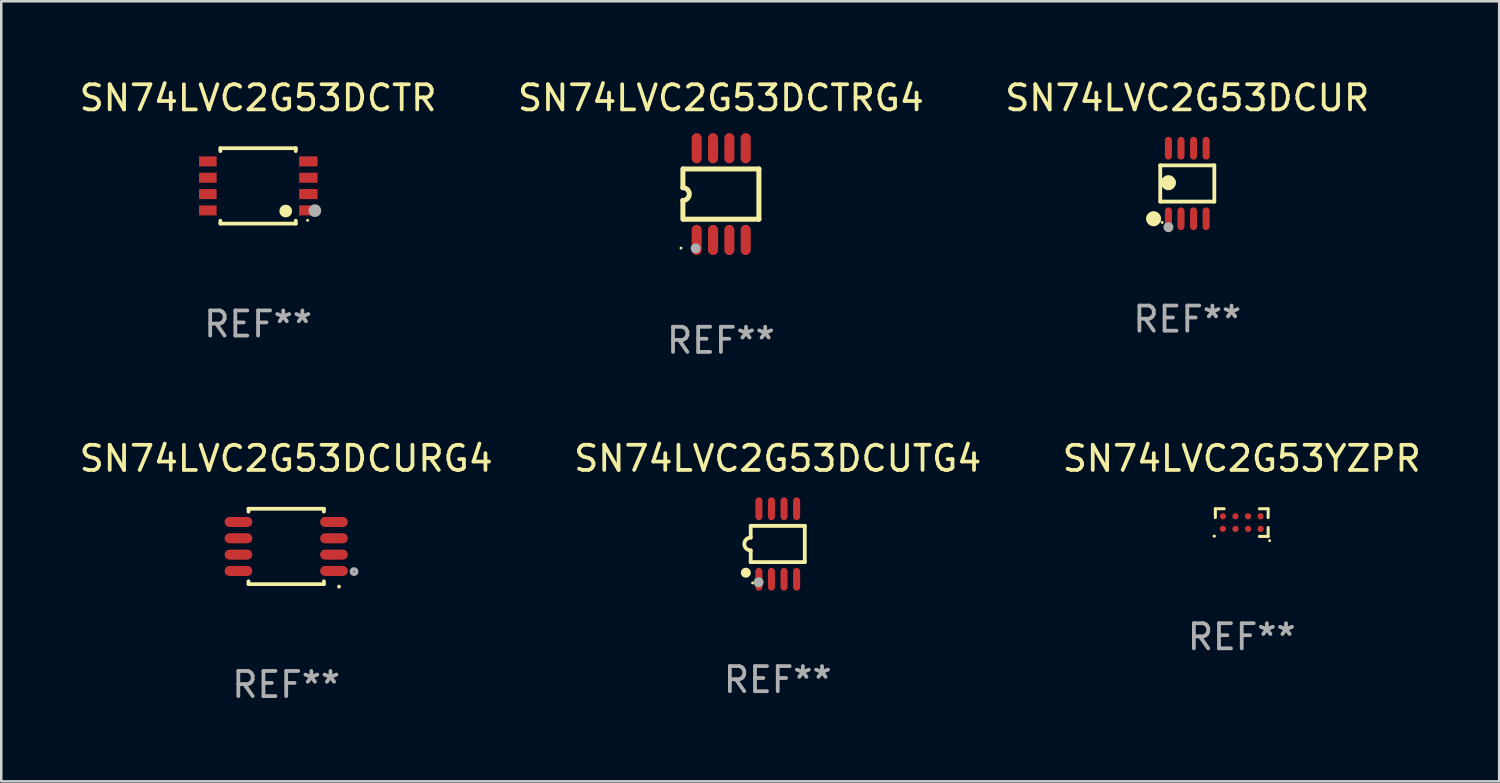
<source format=kicad_pcb>
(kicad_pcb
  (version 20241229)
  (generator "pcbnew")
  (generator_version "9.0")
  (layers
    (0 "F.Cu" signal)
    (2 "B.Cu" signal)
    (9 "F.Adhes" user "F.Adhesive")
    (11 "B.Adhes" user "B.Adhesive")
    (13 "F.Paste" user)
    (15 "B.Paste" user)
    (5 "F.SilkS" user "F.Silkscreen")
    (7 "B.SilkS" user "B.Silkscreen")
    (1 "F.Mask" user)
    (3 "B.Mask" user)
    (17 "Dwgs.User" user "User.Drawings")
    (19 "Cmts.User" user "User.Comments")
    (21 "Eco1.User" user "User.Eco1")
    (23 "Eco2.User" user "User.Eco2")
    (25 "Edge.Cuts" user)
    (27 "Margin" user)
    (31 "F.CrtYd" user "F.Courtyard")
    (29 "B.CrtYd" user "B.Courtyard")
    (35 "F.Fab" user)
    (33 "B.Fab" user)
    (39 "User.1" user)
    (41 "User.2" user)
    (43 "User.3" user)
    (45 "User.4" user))
  (footprint "SN74LVC2G53DCTRG4"
    (layer "F.Cu")
    (at 25.637 4.673)
    (property "Reference" "SN74LVC2G53DCTRG4" (at 0 -3.825 0) (layer "F.SilkS") (effects (font (size 1 1) (thickness 0.15))))
    (attr through_hole)
    (fp_line (start -1.512 -0.254) (end -1.512 -1) (stroke (width 0.2) (type solid)) (layer "F.SilkS"))
    (fp_line (start -1.512 0.254) (end -1.512 1) (stroke (width 0.2) (type solid)) (layer "F.SilkS"))
    (fp_line (start -1.488 -1) (end 1.512 -1) (stroke (width 0.2) (type solid)) (layer "F.SilkS"))
    (fp_line (start 1.512 -1) (end 1.512 1) (stroke (width 0.2) (type solid)) (layer "F.SilkS"))
    (fp_line (start 1.512 1) (end -1.488 1) (stroke (width 0.2) (type solid)) (layer "F.SilkS"))
    (fp_arc (start -1.512002 -0.254001) (mid -1.258001 0) (end -1.512002 0.254001) (stroke (width 0.2) (type solid)) (layer "F.SilkS"))
    (fp_circle (center -1.588 2.15) (end -1.558 2.15) (stroke (width 0.06) (type solid)) (fill no) (layer "F.SilkS"))
    (fp_circle (center -1.004 2.159) (end -0.904 2.159) (stroke (width 0.2) (type solid)) (fill no) (layer "F.Fab"))
    (fp_text user "REF**" (at 0 5.825 0) (layer "F.Fab") (effects (font (size 1 1) (thickness 0.15))))
    (pad "1" smd oval (at -0.963 1.825 270) (size 1.2 0.4) (layers "F.Cu" "F.Mask" "F.Paste"))
    (pad "2" smd oval (at -0.313 1.825 270) (size 1.2 0.4) (layers "F.Cu" "F.Mask" "F.Paste"))
    (pad "3" smd oval (at 0.337 1.825 270) (size 1.2 0.4) (layers "F.Cu" "F.Mask" "F.Paste"))
    (pad "4" smd oval (at 0.987 1.825 270) (size 1.2 0.4) (layers "F.Cu" "F.Mask" "F.Paste"))
    (pad "5" smd oval (at 0.987 -1.825 270) (size 1.2 0.4) (layers "F.Cu" "F.Mask" "F.Paste"))
    (pad "6" smd oval (at 0.337 -1.825 270) (size 1.2 0.4) (layers "F.Cu" "F.Mask" "F.Paste"))
    (pad "7" smd oval (at -0.313 -1.825 270) (size 1.2 0.4) (layers "F.Cu" "F.Mask" "F.Paste"))
    (pad "8" smd oval (at -0.963 -1.825 270) (size 1.2 0.4) (layers "F.Cu" "F.Mask" "F.Paste")))
  (footprint "SN74LVC2G53YZPR"
    (layer "F.Cu")
    (at 46.363 17.745)
    (property "Reference" "SN74LVC2G53YZPR" (at 0 -2.55 0) (layer "F.SilkS") (effects (font (size 1 1) (thickness 0.15))))
    (attr through_hole)
    (fp_line (start -1.05 -0.55) (end -1.05 -0.199) (stroke (width 0.12) (type solid)) (layer "F.SilkS"))
    (fp_line (start -0.7 -0.55) (end -1.05 -0.55) (stroke (width 0.12) (type solid)) (layer "F.SilkS"))
    (fp_line (start 0.7 0.55) (end 1.05 0.55) (stroke (width 0.12) (type solid)) (layer "F.SilkS"))
    (fp_line (start 1.05 -0.55) (end 0.7 -0.55) (stroke (width 0.12) (type solid)) (layer "F.SilkS"))
    (fp_line (start 1.05 -0.199) (end 1.05 -0.55) (stroke (width 0.12) (type solid)) (layer "F.SilkS"))
    (fp_line (start 1.05 0.55) (end 1.05 0.199) (stroke (width 0.12) (type solid)) (layer "F.SilkS"))
    (fp_arc (start -1.099416 0.539802) (mid -1.094077 0.540089) (end -1.088773 0.540767) (stroke (width 0.11999) (type solid)) (layer "F.SilkS"))
    (fp_circle (center 1.11 0.72) (end 1.14 0.72) (stroke (width 0.06) (type solid)) (fill no) (layer "F.SilkS"))
    (fp_text user "REF**" (at 0 4.55 0) (layer "F.Fab") (effects (font (size 1 1) (thickness 0.15))))
    (pad "A1" smd circle (at -0.749 0.25) (size 0.25 0.25) (layers "F.Cu" "F.Mask" "F.Paste"))
    (pad "A2" smd circle (at -0.749 -0.25) (size 0.25 0.25) (layers "F.Cu" "F.Mask" "F.Paste"))
    (pad "B1" smd circle (at -0.249 0.25) (size 0.25 0.25) (layers "F.Cu" "F.Mask" "F.Paste"))
    (pad "B2" smd circle (at -0.249 -0.25) (size 0.25 0.25) (layers "F.Cu" "F.Mask" "F.Paste"))
    (pad "C1" smd circle (at 0.251 0.25) (size 0.25 0.25) (layers "F.Cu" "F.Mask" "F.Paste"))
    (pad "C2" smd circle (at 0.251 -0.25) (size 0.25 0.25) (layers "F.Cu" "F.Mask" "F.Paste"))
    (pad "D1" smd circle (at 0.751 0.25) (size 0.25 0.25) (layers "F.Cu" "F.Mask" "F.Paste"))
    (pad "D2" smd circle (at 0.751 -0.25) (size 0.25 0.25) (layers "F.Cu" "F.Mask" "F.Paste")))
  (footprint "SN74LVC2G53DCTR"
    (layer "F.Cu")
    (at 7.22 4.348)
    (property "Reference" "SN74LVC2G53DCTR" (at 0 -3.5 0) (layer "F.SilkS") (effects (font (size 1 1) (thickness 0.15))))
    (attr through_hole)
    (fp_line (start -1.5 -1.5) (end 1.5 -1.5) (stroke (width 0.15) (type solid)) (layer "F.SilkS"))
    (fp_line (start -1.5 -1.385) (end -1.5 -1.5) (stroke (width 0.15) (type solid)) (layer "F.SilkS"))
    (fp_line (start -1.5 1.5) (end -1.5 1.385) (stroke (width 0.15) (type solid)) (layer "F.SilkS"))
    (fp_line (start 1.5 -1.5) (end 1.5 -1.385) (stroke (width 0.15) (type solid)) (layer "F.SilkS"))
    (fp_line (start 1.5 1.385) (end 1.5 1.5) (stroke (width 0.15) (type solid)) (layer "F.SilkS"))
    (fp_line (start 1.5 1.5) (end -1.5 1.5) (stroke (width 0.15) (type solid)) (layer "F.SilkS"))
    (fp_circle (center 1.1 1) (end 1.227 1) (stroke (width 0.254) (type solid)) (fill no) (layer "F.SilkS"))
    (fp_circle (center 1.97 1.37) (end 2 1.37) (stroke (width 0.06) (type solid)) (fill no) (layer "F.SilkS"))
    (fp_circle (center 2.26 0.984) (end 2.387 0.984) (stroke (width 0.254) (type solid)) (fill no) (layer "F.Fab"))
    (fp_text user "REF**" (at 0 5.5 0) (layer "F.Fab") (effects (font (size 1 1) (thickness 0.15))))
    (pad "1" smd rect (at 2 0.975) (size 0.73 0.4) (layers "F.Cu" "F.Mask" "F.Paste"))
    (pad "2" smd rect (at 2 0.325) (size 0.73 0.4) (layers "F.Cu" "F.Mask" "F.Paste"))
    (pad "3" smd rect (at 2 -0.325) (size 0.73 0.4) (layers "F.Cu" "F.Mask" "F.Paste"))
    (pad "4" smd rect (at 2 -0.975) (size 0.73 0.4) (layers "F.Cu" "F.Mask" "F.Paste"))
    (pad "5" smd rect (at -2 -0.975) (size 0.7 0.4) (layers "F.Cu" "F.Mask" "F.Paste"))
    (pad "6" smd rect (at -2 -0.325) (size 0.7 0.4) (layers "F.Cu" "F.Mask" "F.Paste"))
    (pad "7" smd rect (at -2 0.325) (size 0.7 0.4) (layers "F.Cu" "F.Mask" "F.Paste"))
    (pad "8" smd rect (at -2 0.975) (size 0.7 0.4) (layers "F.Cu" "F.Mask" "F.Paste")))
  (footprint "SN74LVC2G53DCUR"
    (layer "F.Cu")
    (at 44.196 4.251)
    (property "Reference" "SN74LVC2G53DCUR" (at 0 -3.403 0) (layer "F.SilkS") (effects (font (size 1 1) (thickness 0.15))))
    (attr through_hole)
    (fp_line (start -1.076 -0.721) (end 1.076 -0.721) (stroke (width 0.152) (type solid)) (layer "F.SilkS"))
    (fp_line (start -1.076 0.721) (end -1.076 -0.721) (stroke (width 0.152) (type solid)) (layer "F.SilkS"))
    (fp_line (start 1.076 -0.721) (end 1.076 0.721) (stroke (width 0.152) (type solid)) (layer "F.SilkS"))
    (fp_line (start 1.076 0.721) (end -1.076 0.721) (stroke (width 0.152) (type solid)) (layer "F.SilkS"))
    (fp_circle (center -1.342 1.403) (end -1.192 1.403) (stroke (width 0.3) (type solid)) (fill no) (layer "F.SilkS"))
    (fp_circle (center -1 1.55) (end -0.97 1.55) (stroke (width 0.06) (type solid)) (fill no) (layer "F.SilkS"))
    (fp_circle (center -0.75 -0.031) (end -0.6 -0.031) (stroke (width 0.3) (type solid)) (fill no) (layer "F.SilkS"))
    (fp_circle (center -0.75 1.74) (end -0.65 1.74) (stroke (width 0.2) (type solid)) (fill no) (layer "F.Fab"))
    (fp_text user "REF**" (at 0 5.403 0) (layer "F.Fab") (effects (font (size 1 1) (thickness 0.15))))
    (pad "1" smd oval (at -0.75 1.403) (size 0.28 0.905) (layers "F.Cu" "F.Mask" "F.Paste"))
    (pad "2" smd oval (at -0.25 1.403) (size 0.28 0.905) (layers "F.Cu" "F.Mask" "F.Paste"))
    (pad "3" smd oval (at 0.25 1.403) (size 0.28 0.905) (layers "F.Cu" "F.Mask" "F.Paste"))
    (pad "4" smd oval (at 0.75 1.403) (size 0.28 0.905) (layers "F.Cu" "F.Mask" "F.Paste"))
    (pad "5" smd oval (at 0.75 -1.403) (size 0.28 0.905) (layers "F.Cu" "F.Mask" "F.Paste"))
    (pad "6" smd oval (at 0.25 -1.403) (size 0.28 0.905) (layers "F.Cu" "F.Mask" "F.Paste"))
    (pad "7" smd oval (at -0.25 -1.403) (size 0.28 0.905) (layers "F.Cu" "F.Mask" "F.Paste"))
    (pad "8" smd oval (at -0.75 -1.403) (size 0.28 0.905) (layers "F.Cu" "F.Mask" "F.Paste")))
  (footprint "SN74LVC2G53DCURG4"
    (layer "F.Cu")
    (at 8.339 18.695)
    (property "Reference" "SN74LVC2G53DCURG4" (at 0 -3.5 0) (layer "F.SilkS") (effects (font (size 1 1) (thickness 0.15))))
    (attr through_hole)
    (fp_line (start -1.5 -1.5) (end 1.5 -1.5) (stroke (width 0.15) (type solid)) (layer "F.SilkS"))
    (fp_line (start -1.5 -1.385) (end -1.5 -1.5) (stroke (width 0.15) (type solid)) (layer "F.SilkS"))
    (fp_line (start -1.5 1.5) (end -1.5 1.385) (stroke (width 0.15) (type solid)) (layer "F.SilkS"))
    (fp_line (start 1.5 -1.5) (end 1.5 -1.385) (stroke (width 0.15) (type solid)) (layer "F.SilkS"))
    (fp_line (start 1.5 1.385) (end 1.5 1.5) (stroke (width 0.15) (type solid)) (layer "F.SilkS"))
    (fp_line (start 1.5 1.5) (end -1.5 1.5) (stroke (width 0.15) (type solid)) (layer "F.SilkS"))
    (fp_arc (start 2.100051 1.6) (mid 2.100044 1.59873) (end 2.100051 1.59746) (stroke (width 0.150013) (type solid)) (layer "F.SilkS"))
    (fp_circle (center 1.5 1.5) (end 1.527 1.5) (stroke (width 0.05) (type solid)) (fill no) (layer "F.SilkS"))
    (fp_circle (center 2.7 1) (end 2.8 1) (stroke (width 0.15) (type solid)) (fill no) (layer "F.Fab"))
    (fp_text user "REF**" (at 0 5.5 0) (layer "F.Fab") (effects (font (size 1 1) (thickness 0.15))))
    (pad "1" smd oval (at 1.9 0.975) (size 1.1 0.4) (layers "F.Cu" "F.Mask" "F.Paste"))
    (pad "2" smd oval (at 1.9 0.325) (size 1.1 0.4) (layers "F.Cu" "F.Mask" "F.Paste"))
    (pad "3" smd oval (at 1.9 -0.325) (size 1.1 0.4) (layers "F.Cu" "F.Mask" "F.Paste"))
    (pad "4" smd oval (at 1.9 -0.975) (size 1.1 0.4) (layers "F.Cu" "F.Mask" "F.Paste"))
    (pad "5" smd oval (at -1.9 -0.975) (size 1.1 0.4) (layers "F.Cu" "F.Mask" "F.Paste"))
    (pad "6" smd oval (at -1.9 -0.325) (size 1.1 0.4) (layers "F.Cu" "F.Mask" "F.Paste"))
    (pad "7" smd oval (at -1.9 0.325) (size 1.1 0.4) (layers "F.Cu" "F.Mask" "F.Paste"))
    (pad "8" smd oval (at -1.9 0.975) (size 1.1 0.4) (layers "F.Cu" "F.Mask" "F.Paste")))
  (footprint "SN74LVC2G53DCUTG4"
    (layer "F.Cu")
    (at 27.899 18.597)
    (property "Reference" "SN74LVC2G53DCUTG4" (at 0 -3.403 0) (layer "F.SilkS") (effects (font (size 1 1) (thickness 0.15))))
    (attr through_hole)
    (fp_line (start -1.076 -0.721) (end 1.076 -0.721) (stroke (width 0.152) (type solid)) (layer "F.SilkS"))
    (fp_line (start -1.076 -0.254) (end -1.076 -0.721) (stroke (width 0.152) (type solid)) (layer "F.SilkS"))
    (fp_line (start -1.076 0.254) (end -1.076 0.721) (stroke (width 0.152) (type solid)) (layer "F.SilkS"))
    (fp_line (start 1.076 -0.721) (end 1.076 0.721) (stroke (width 0.152) (type solid)) (layer "F.SilkS"))
    (fp_line (start 1.076 0.721) (end -1.076 0.721) (stroke (width 0.152) (type solid)) (layer "F.SilkS"))
    (fp_arc (start -1.076226 0.254051) (mid -1.330226 0.000051) (end -1.076226 -0.253949) (stroke (width 0.151994) (type solid)) (layer "F.SilkS"))
    (fp_circle (center -1.27 1.143) (end -1.17 1.143) (stroke (width 0.2) (type solid)) (fill no) (layer "F.SilkS"))
    (fp_circle (center -1 1.55) (end -0.97 1.55) (stroke (width 0.06) (type solid)) (fill no) (layer "F.SilkS"))
    (fp_circle (center -0.762 1.524) (end -0.662 1.524) (stroke (width 0.2) (type solid)) (fill no) (layer "F.Fab"))
    (fp_text user "REF**" (at 0 5.403 0) (layer "F.Fab") (effects (font (size 1 1) (thickness 0.15))))
    (pad "1" smd oval (at -0.75 1.403) (size 0.28 0.905) (layers "F.Cu" "F.Mask" "F.Paste"))
    (pad "2" smd oval (at -0.25 1.403) (size 0.28 0.905) (layers "F.Cu" "F.Mask" "F.Paste"))
    (pad "3" smd oval (at 0.25 1.403) (size 0.28 0.905) (layers "F.Cu" "F.Mask" "F.Paste"))
    (pad "4" smd oval (at 0.75 1.403) (size 0.28 0.905) (layers "F.Cu" "F.Mask" "F.Paste"))
    (pad "5" smd oval (at 0.75 -1.403) (size 0.28 0.905) (layers "F.Cu" "F.Mask" "F.Paste"))
    (pad "6" smd oval (at 0.25 -1.403) (size 0.28 0.905) (layers "F.Cu" "F.Mask" "F.Paste"))
    (pad "7" smd oval (at -0.25 -1.403) (size 0.28 0.905) (layers "F.Cu" "F.Mask" "F.Paste"))
    (pad "8" smd oval (at -0.75 -1.403) (size 0.28 0.905) (layers "F.Cu" "F.Mask" "F.Paste")))
  (gr_rect
    (start -3 -3)
    (end 56.607 28.043)
    (stroke (width 0.1) (type default))
    (fill no)
    (layer "Edge.Cuts")))
</source>
